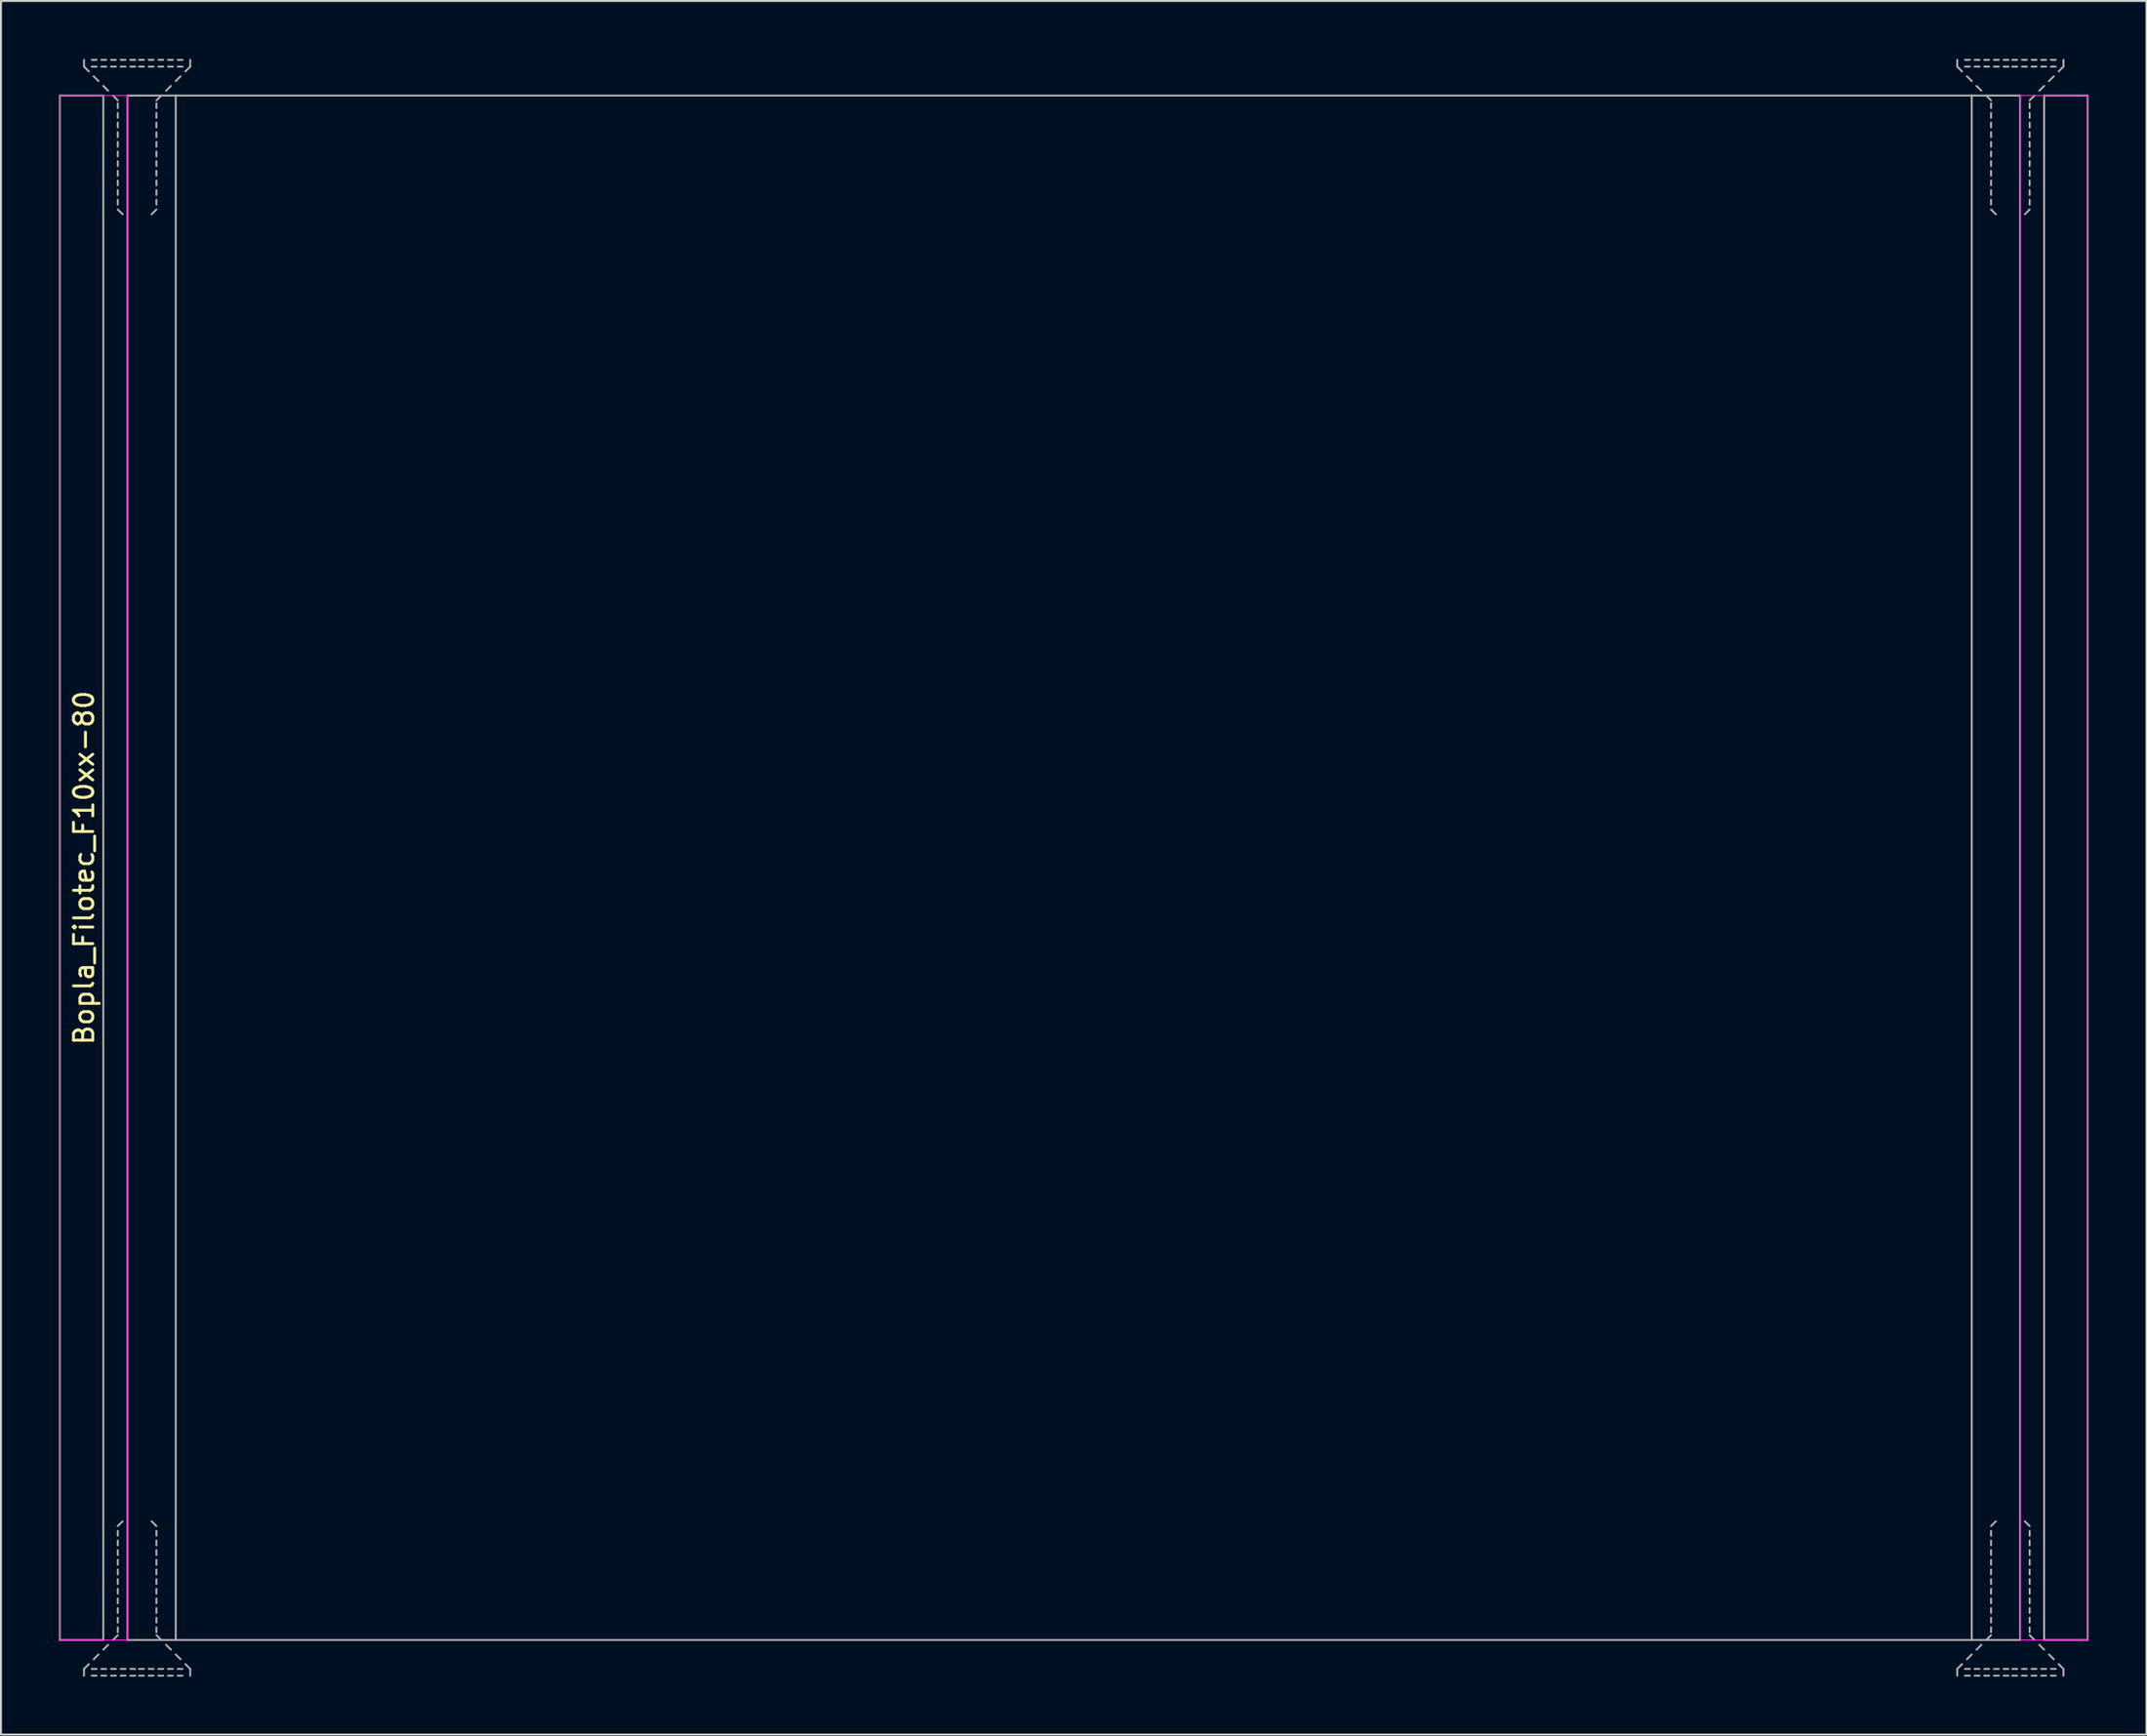
<source format=kicad_pcb>
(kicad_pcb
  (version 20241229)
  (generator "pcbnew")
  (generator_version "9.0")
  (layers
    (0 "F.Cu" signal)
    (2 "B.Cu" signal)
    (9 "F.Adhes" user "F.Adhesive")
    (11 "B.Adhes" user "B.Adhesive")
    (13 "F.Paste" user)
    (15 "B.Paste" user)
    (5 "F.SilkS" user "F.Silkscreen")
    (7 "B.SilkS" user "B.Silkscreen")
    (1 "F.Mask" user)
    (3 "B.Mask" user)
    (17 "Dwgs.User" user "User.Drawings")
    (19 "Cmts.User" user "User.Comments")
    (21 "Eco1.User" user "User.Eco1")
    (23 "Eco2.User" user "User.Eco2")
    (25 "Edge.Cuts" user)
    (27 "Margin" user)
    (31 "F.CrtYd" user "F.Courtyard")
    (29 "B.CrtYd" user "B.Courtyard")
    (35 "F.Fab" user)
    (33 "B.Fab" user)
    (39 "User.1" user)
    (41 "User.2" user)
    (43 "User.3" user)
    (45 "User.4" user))
  (footprint "Bopla_Filotec_F10xx-80"
    (layer "F.Cu")
    (at 52.55 41.9)
    (property "Reference" "Bopla_Filotec_F10xx-80" (at -51.25 0 90) (layer "F.SilkS") (effects (font (size 1 1) (thickness 0.15))))
    (attr exclude_from_pos_files exclude_from_bom)
    (fp_line (start -52.5 -40) (end -52.5 40) (stroke (width 0.05) (type solid)) (layer "F.CrtYd"))
    (fp_line (start -52.5 40) (end -49 40) (stroke (width 0.05) (type solid)) (layer "F.CrtYd"))
    (fp_line (start -49 -40) (end -52.5 -40) (stroke (width 0.05) (type solid)) (layer "F.CrtYd"))
    (fp_line (start -49 40) (end -49 -40) (stroke (width 0.05) (type solid)) (layer "F.CrtYd"))
    (fp_line (start 49 -40) (end 52.5 -40) (stroke (width 0.05) (type solid)) (layer "F.CrtYd"))
    (fp_line (start 49 40) (end 49 -40) (stroke (width 0.05) (type solid)) (layer "F.CrtYd"))
    (fp_line (start 52.5 -40) (end 52.5 40) (stroke (width 0.05) (type solid)) (layer "F.CrtYd"))
    (fp_line (start 52.5 40) (end 49 40) (stroke (width 0.05) (type solid)) (layer "F.CrtYd"))
    (fp_line (start -52.5 -40) (end -52.5 40) (stroke (width 0.1) (type solid)) (layer "F.Fab"))
    (fp_line (start -52.5 -40) (end -50.25 -40) (stroke (width 0.1) (type solid)) (layer "F.Fab"))
    (fp_line (start -52.5 40) (end -50.25 40) (stroke (width 0.1) (type solid)) (layer "F.Fab"))
    (fp_line (start -51.25 -41.5) (end -51.25 -41.85) (stroke (width 0.1) (type solid)) (layer "F.Fab"))
    (fp_line (start -51.25 -41.5) (end -51 -41.25) (stroke (width 0.1) (type solid)) (layer "F.Fab"))
    (fp_line (start -51.25 41.5) (end -51.25 41.85) (stroke (width 0.1) (type solid)) (layer "F.Fab"))
    (fp_line (start -51.25 41.5) (end -51 41.25) (stroke (width 0.1) (type solid)) (layer "F.Fab"))
    (fp_line (start -50.75 -41) (end -50.5 -40.75) (stroke (width 0.1) (type solid)) (layer "F.Fab"))
    (fp_line (start -50.75 41) (end -50.5 40.75) (stroke (width 0.1) (type solid)) (layer "F.Fab"))
    (fp_line (start -50.6 -41.85) (end -50.85 -41.85) (stroke (width 0.1) (type solid)) (layer "F.Fab"))
    (fp_line (start -50.6 -41.5) (end -50.85 -41.5) (stroke (width 0.1) (type solid)) (layer "F.Fab"))
    (fp_line (start -50.6 41.5) (end -50.85 41.5) (stroke (width 0.1) (type solid)) (layer "F.Fab"))
    (fp_line (start -50.6 41.85) (end -50.85 41.85) (stroke (width 0.1) (type solid)) (layer "F.Fab"))
    (fp_line (start -50.25 -40.5) (end -50 -40.25) (stroke (width 0.1) (type solid)) (layer "F.Fab"))
    (fp_line (start -50.25 -40) (end -50.25 40) (stroke (width 0.1) (type solid)) (layer "F.Fab"))
    (fp_line (start -50.25 40.5) (end -50 40.25) (stroke (width 0.1) (type solid)) (layer "F.Fab"))
    (fp_line (start -50.1 -41.85) (end -50.35 -41.85) (stroke (width 0.1) (type solid)) (layer "F.Fab"))
    (fp_line (start -50.1 -41.5) (end -50.35 -41.5) (stroke (width 0.1) (type solid)) (layer "F.Fab"))
    (fp_line (start -50.1 41.5) (end -50.35 41.5) (stroke (width 0.1) (type solid)) (layer "F.Fab"))
    (fp_line (start -50.1 41.85) (end -50.35 41.85) (stroke (width 0.1) (type solid)) (layer "F.Fab"))
    (fp_line (start -49.75 -40) (end -49.5 -39.75) (stroke (width 0.1) (type solid)) (layer "F.Fab"))
    (fp_line (start -49.75 40) (end -49.5 39.75) (stroke (width 0.1) (type solid)) (layer "F.Fab"))
    (fp_line (start -49.6 -41.85) (end -49.85 -41.85) (stroke (width 0.1) (type solid)) (layer "F.Fab"))
    (fp_line (start -49.6 -41.5) (end -49.85 -41.5) (stroke (width 0.1) (type solid)) (layer "F.Fab"))
    (fp_line (start -49.6 41.5) (end -49.85 41.5) (stroke (width 0.1) (type solid)) (layer "F.Fab"))
    (fp_line (start -49.6 41.85) (end -49.85 41.85) (stroke (width 0.1) (type solid)) (layer "F.Fab"))
    (fp_line (start -49.5 -39.6) (end -49.5 -39.35) (stroke (width 0.1) (type solid)) (layer "F.Fab"))
    (fp_line (start -49.5 -39.1) (end -49.5 -38.85) (stroke (width 0.1) (type solid)) (layer "F.Fab"))
    (fp_line (start -49.5 -38.6) (end -49.5 -38.35) (stroke (width 0.1) (type solid)) (layer "F.Fab"))
    (fp_line (start -49.5 -38.1) (end -49.5 -37.85) (stroke (width 0.1) (type solid)) (layer "F.Fab"))
    (fp_line (start -49.5 -37.6) (end -49.5 -37.35) (stroke (width 0.1) (type solid)) (layer "F.Fab"))
    (fp_line (start -49.5 -37.1) (end -49.5 -36.85) (stroke (width 0.1) (type solid)) (layer "F.Fab"))
    (fp_line (start -49.5 -36.6) (end -49.5 -36.35) (stroke (width 0.1) (type solid)) (layer "F.Fab"))
    (fp_line (start -49.5 -36.1) (end -49.5 -35.85) (stroke (width 0.1) (type solid)) (layer "F.Fab"))
    (fp_line (start -49.5 -35.6) (end -49.5 -35.35) (stroke (width 0.1) (type solid)) (layer "F.Fab"))
    (fp_line (start -49.5 -35.1) (end -49.5 -34.85) (stroke (width 0.1) (type solid)) (layer "F.Fab"))
    (fp_line (start -49.5 -34.6) (end -49.5 -34.35) (stroke (width 0.1) (type solid)) (layer "F.Fab"))
    (fp_line (start -49.5 -34.1) (end -49.25 -33.85) (stroke (width 0.1) (type solid)) (layer "F.Fab"))
    (fp_line (start -49.5 34.1) (end -49.25 33.85) (stroke (width 0.1) (type solid)) (layer "F.Fab"))
    (fp_line (start -49.5 34.6) (end -49.5 34.35) (stroke (width 0.1) (type solid)) (layer "F.Fab"))
    (fp_line (start -49.5 35.1) (end -49.5 34.85) (stroke (width 0.1) (type solid)) (layer "F.Fab"))
    (fp_line (start -49.5 35.6) (end -49.5 35.35) (stroke (width 0.1) (type solid)) (layer "F.Fab"))
    (fp_line (start -49.5 36.1) (end -49.5 35.85) (stroke (width 0.1) (type solid)) (layer "F.Fab"))
    (fp_line (start -49.5 36.6) (end -49.5 36.35) (stroke (width 0.1) (type solid)) (layer "F.Fab"))
    (fp_line (start -49.5 37.1) (end -49.5 36.85) (stroke (width 0.1) (type solid)) (layer "F.Fab"))
    (fp_line (start -49.5 37.6) (end -49.5 37.35) (stroke (width 0.1) (type solid)) (layer "F.Fab"))
    (fp_line (start -49.5 38.1) (end -49.5 37.85) (stroke (width 0.1) (type solid)) (layer "F.Fab"))
    (fp_line (start -49.5 38.6) (end -49.5 38.35) (stroke (width 0.1) (type solid)) (layer "F.Fab"))
    (fp_line (start -49.5 39.1) (end -49.5 38.85) (stroke (width 0.1) (type solid)) (layer "F.Fab"))
    (fp_line (start -49.5 39.6) (end -49.5 39.35) (stroke (width 0.1) (type solid)) (layer "F.Fab"))
    (fp_line (start -49.1 -41.85) (end -49.35 -41.85) (stroke (width 0.1) (type solid)) (layer "F.Fab"))
    (fp_line (start -49.1 -41.5) (end -49.35 -41.5) (stroke (width 0.1) (type solid)) (layer "F.Fab"))
    (fp_line (start -49.1 41.5) (end -49.35 41.5) (stroke (width 0.1) (type solid)) (layer "F.Fab"))
    (fp_line (start -49.1 41.85) (end -49.35 41.85) (stroke (width 0.1) (type solid)) (layer "F.Fab"))
    (fp_line (start -49 -40) (end -46.5 -40) (stroke (width 0.1) (type solid)) (layer "F.Fab"))
    (fp_line (start -49 40) (end -49 -40) (stroke (width 0.1) (type solid)) (layer "F.Fab"))
    (fp_line (start -49 40) (end -46.5 40) (stroke (width 0.1) (type solid)) (layer "F.Fab"))
    (fp_line (start -48.6 -41.85) (end -48.85 -41.85) (stroke (width 0.1) (type solid)) (layer "F.Fab"))
    (fp_line (start -48.6 -41.5) (end -48.85 -41.5) (stroke (width 0.1) (type solid)) (layer "F.Fab"))
    (fp_line (start -48.6 41.5) (end -48.85 41.5) (stroke (width 0.1) (type solid)) (layer "F.Fab"))
    (fp_line (start -48.6 41.85) (end -48.85 41.85) (stroke (width 0.1) (type solid)) (layer "F.Fab"))
    (fp_line (start -48.15 -41.85) (end -48.4 -41.85) (stroke (width 0.1) (type solid)) (layer "F.Fab"))
    (fp_line (start -48.15 -41.5) (end -48.4 -41.5) (stroke (width 0.1) (type solid)) (layer "F.Fab"))
    (fp_line (start -48.15 41.5) (end -48.4 41.5) (stroke (width 0.1) (type solid)) (layer "F.Fab"))
    (fp_line (start -48.15 41.85) (end -48.4 41.85) (stroke (width 0.1) (type solid)) (layer "F.Fab"))
    (fp_line (start -47.65 -41.85) (end -47.9 -41.85) (stroke (width 0.1) (type solid)) (layer "F.Fab"))
    (fp_line (start -47.65 -41.5) (end -47.9 -41.5) (stroke (width 0.1) (type solid)) (layer "F.Fab"))
    (fp_line (start -47.65 41.5) (end -47.9 41.5) (stroke (width 0.1) (type solid)) (layer "F.Fab"))
    (fp_line (start -47.65 41.85) (end -47.9 41.85) (stroke (width 0.1) (type solid)) (layer "F.Fab"))
    (fp_line (start -47.5 -39.6) (end -47.5 -39.35) (stroke (width 0.1) (type solid)) (layer "F.Fab"))
    (fp_line (start -47.5 -39.1) (end -47.5 -38.85) (stroke (width 0.1) (type solid)) (layer "F.Fab"))
    (fp_line (start -47.5 -38.6) (end -47.5 -38.35) (stroke (width 0.1) (type solid)) (layer "F.Fab"))
    (fp_line (start -47.5 -38.1) (end -47.5 -37.85) (stroke (width 0.1) (type solid)) (layer "F.Fab"))
    (fp_line (start -47.5 -37.6) (end -47.5 -37.35) (stroke (width 0.1) (type solid)) (layer "F.Fab"))
    (fp_line (start -47.5 -37.1) (end -47.5 -36.85) (stroke (width 0.1) (type solid)) (layer "F.Fab"))
    (fp_line (start -47.5 -36.6) (end -47.5 -36.35) (stroke (width 0.1) (type solid)) (layer "F.Fab"))
    (fp_line (start -47.5 -36.1) (end -47.5 -35.85) (stroke (width 0.1) (type solid)) (layer "F.Fab"))
    (fp_line (start -47.5 -35.6) (end -47.5 -35.35) (stroke (width 0.1) (type solid)) (layer "F.Fab"))
    (fp_line (start -47.5 -35.1) (end -47.5 -34.85) (stroke (width 0.1) (type solid)) (layer "F.Fab"))
    (fp_line (start -47.5 -34.6) (end -47.5 -34.35) (stroke (width 0.1) (type solid)) (layer "F.Fab"))
    (fp_line (start -47.5 -34.1) (end -47.75 -33.85) (stroke (width 0.1) (type solid)) (layer "F.Fab"))
    (fp_line (start -47.5 34.1) (end -47.75 33.85) (stroke (width 0.1) (type solid)) (layer "F.Fab"))
    (fp_line (start -47.5 34.6) (end -47.5 34.35) (stroke (width 0.1) (type solid)) (layer "F.Fab"))
    (fp_line (start -47.5 35.1) (end -47.5 34.85) (stroke (width 0.1) (type solid)) (layer "F.Fab"))
    (fp_line (start -47.5 35.6) (end -47.5 35.35) (stroke (width 0.1) (type solid)) (layer "F.Fab"))
    (fp_line (start -47.5 36.1) (end -47.5 35.85) (stroke (width 0.1) (type solid)) (layer "F.Fab"))
    (fp_line (start -47.5 36.6) (end -47.5 36.35) (stroke (width 0.1) (type solid)) (layer "F.Fab"))
    (fp_line (start -47.5 37.1) (end -47.5 36.85) (stroke (width 0.1) (type solid)) (layer "F.Fab"))
    (fp_line (start -47.5 37.6) (end -47.5 37.35) (stroke (width 0.1) (type solid)) (layer "F.Fab"))
    (fp_line (start -47.5 38.1) (end -47.5 37.85) (stroke (width 0.1) (type solid)) (layer "F.Fab"))
    (fp_line (start -47.5 38.6) (end -47.5 38.35) (stroke (width 0.1) (type solid)) (layer "F.Fab"))
    (fp_line (start -47.5 39.1) (end -47.5 38.85) (stroke (width 0.1) (type solid)) (layer "F.Fab"))
    (fp_line (start -47.5 39.6) (end -47.5 39.35) (stroke (width 0.1) (type solid)) (layer "F.Fab"))
    (fp_line (start -47.25 -40) (end -47.5 -39.75) (stroke (width 0.1) (type solid)) (layer "F.Fab"))
    (fp_line (start -47.25 40) (end -47.5 39.75) (stroke (width 0.1) (type solid)) (layer "F.Fab"))
    (fp_line (start -47.15 -41.85) (end -47.4 -41.85) (stroke (width 0.1) (type solid)) (layer "F.Fab"))
    (fp_line (start -47.15 -41.5) (end -47.4 -41.5) (stroke (width 0.1) (type solid)) (layer "F.Fab"))
    (fp_line (start -47.15 41.5) (end -47.4 41.5) (stroke (width 0.1) (type solid)) (layer "F.Fab"))
    (fp_line (start -47.15 41.85) (end -47.4 41.85) (stroke (width 0.1) (type solid)) (layer "F.Fab"))
    (fp_line (start -46.75 -40.5) (end -47 -40.25) (stroke (width 0.1) (type solid)) (layer "F.Fab"))
    (fp_line (start -46.75 40.5) (end -47 40.25) (stroke (width 0.1) (type solid)) (layer "F.Fab"))
    (fp_line (start -46.65 -41.85) (end -46.9 -41.85) (stroke (width 0.1) (type solid)) (layer "F.Fab"))
    (fp_line (start -46.65 -41.5) (end -46.9 -41.5) (stroke (width 0.1) (type solid)) (layer "F.Fab"))
    (fp_line (start -46.65 41.5) (end -46.9 41.5) (stroke (width 0.1) (type solid)) (layer "F.Fab"))
    (fp_line (start -46.65 41.85) (end -46.9 41.85) (stroke (width 0.1) (type solid)) (layer "F.Fab"))
    (fp_line (start -46.5 40) (end -46.5 -40) (stroke (width 0.1) (type solid)) (layer "F.Fab"))
    (fp_line (start -46.5 40) (end 46.5 40) (stroke (width 0.1) (type solid)) (layer "F.Fab"))
    (fp_line (start -46.25 -41) (end -46.5 -40.75) (stroke (width 0.1) (type solid)) (layer "F.Fab"))
    (fp_line (start -46.25 41) (end -46.5 40.75) (stroke (width 0.1) (type solid)) (layer "F.Fab"))
    (fp_line (start -46.15 -41.85) (end -46.4 -41.85) (stroke (width 0.1) (type solid)) (layer "F.Fab"))
    (fp_line (start -46.15 -41.5) (end -46.4 -41.5) (stroke (width 0.1) (type solid)) (layer "F.Fab"))
    (fp_line (start -46.15 41.5) (end -46.4 41.5) (stroke (width 0.1) (type solid)) (layer "F.Fab"))
    (fp_line (start -46.15 41.85) (end -46.4 41.85) (stroke (width 0.1) (type solid)) (layer "F.Fab"))
    (fp_line (start -45.75 -41.5) (end -46 -41.25) (stroke (width 0.1) (type solid)) (layer "F.Fab"))
    (fp_line (start -45.75 -41.5) (end -45.75 -41.85) (stroke (width 0.1) (type solid)) (layer "F.Fab"))
    (fp_line (start -45.75 41.5) (end -46 41.25) (stroke (width 0.1) (type solid)) (layer "F.Fab"))
    (fp_line (start -45.75 41.5) (end -45.75 41.85) (stroke (width 0.1) (type solid)) (layer "F.Fab"))
    (fp_line (start 45.75 -41.5) (end 45.75 -41.85) (stroke (width 0.1) (type solid)) (layer "F.Fab"))
    (fp_line (start 45.75 -41.5) (end 46 -41.25) (stroke (width 0.1) (type solid)) (layer "F.Fab"))
    (fp_line (start 45.75 41.5) (end 45.75 41.85) (stroke (width 0.1) (type solid)) (layer "F.Fab"))
    (fp_line (start 45.75 41.5) (end 46 41.25) (stroke (width 0.1) (type solid)) (layer "F.Fab"))
    (fp_line (start 46.25 -41) (end 46.5 -40.75) (stroke (width 0.1) (type solid)) (layer "F.Fab"))
    (fp_line (start 46.25 41) (end 46.5 40.75) (stroke (width 0.1) (type solid)) (layer "F.Fab"))
    (fp_line (start 46.4 -41.85) (end 46.15 -41.85) (stroke (width 0.1) (type solid)) (layer "F.Fab"))
    (fp_line (start 46.4 -41.5) (end 46.15 -41.5) (stroke (width 0.1) (type solid)) (layer "F.Fab"))
    (fp_line (start 46.4 41.5) (end 46.15 41.5) (stroke (width 0.1) (type solid)) (layer "F.Fab"))
    (fp_line (start 46.4 41.85) (end 46.15 41.85) (stroke (width 0.1) (type solid)) (layer "F.Fab"))
    (fp_line (start 46.5 -40) (end -46.5 -40) (stroke (width 0.1) (type solid)) (layer "F.Fab"))
    (fp_line (start 46.5 -40) (end 46.5 40) (stroke (width 0.1) (type solid)) (layer "F.Fab"))
    (fp_line (start 46.75 -40.5) (end 47 -40.25) (stroke (width 0.1) (type solid)) (layer "F.Fab"))
    (fp_line (start 46.75 40.5) (end 47 40.25) (stroke (width 0.1) (type solid)) (layer "F.Fab"))
    (fp_line (start 46.9 -41.85) (end 46.65 -41.85) (stroke (width 0.1) (type solid)) (layer "F.Fab"))
    (fp_line (start 46.9 -41.5) (end 46.65 -41.5) (stroke (width 0.1) (type solid)) (layer "F.Fab"))
    (fp_line (start 46.9 41.5) (end 46.65 41.5) (stroke (width 0.1) (type solid)) (layer "F.Fab"))
    (fp_line (start 46.9 41.85) (end 46.65 41.85) (stroke (width 0.1) (type solid)) (layer "F.Fab"))
    (fp_line (start 47.25 -40) (end 47.5 -39.75) (stroke (width 0.1) (type solid)) (layer "F.Fab"))
    (fp_line (start 47.25 40) (end 47.5 39.75) (stroke (width 0.1) (type solid)) (layer "F.Fab"))
    (fp_line (start 47.4 -41.85) (end 47.15 -41.85) (stroke (width 0.1) (type solid)) (layer "F.Fab"))
    (fp_line (start 47.4 -41.5) (end 47.15 -41.5) (stroke (width 0.1) (type solid)) (layer "F.Fab"))
    (fp_line (start 47.4 41.5) (end 47.15 41.5) (stroke (width 0.1) (type solid)) (layer "F.Fab"))
    (fp_line (start 47.4 41.85) (end 47.15 41.85) (stroke (width 0.1) (type solid)) (layer "F.Fab"))
    (fp_line (start 47.5 -39.6) (end 47.5 -39.35) (stroke (width 0.1) (type solid)) (layer "F.Fab"))
    (fp_line (start 47.5 -39.1) (end 47.5 -38.85) (stroke (width 0.1) (type solid)) (layer "F.Fab"))
    (fp_line (start 47.5 -38.6) (end 47.5 -38.35) (stroke (width 0.1) (type solid)) (layer "F.Fab"))
    (fp_line (start 47.5 -38.1) (end 47.5 -37.85) (stroke (width 0.1) (type solid)) (layer "F.Fab"))
    (fp_line (start 47.5 -37.6) (end 47.5 -37.35) (stroke (width 0.1) (type solid)) (layer "F.Fab"))
    (fp_line (start 47.5 -37.1) (end 47.5 -36.85) (stroke (width 0.1) (type solid)) (layer "F.Fab"))
    (fp_line (start 47.5 -36.6) (end 47.5 -36.35) (stroke (width 0.1) (type solid)) (layer "F.Fab"))
    (fp_line (start 47.5 -36.1) (end 47.5 -35.85) (stroke (width 0.1) (type solid)) (layer "F.Fab"))
    (fp_line (start 47.5 -35.6) (end 47.5 -35.35) (stroke (width 0.1) (type solid)) (layer "F.Fab"))
    (fp_line (start 47.5 -35.1) (end 47.5 -34.85) (stroke (width 0.1) (type solid)) (layer "F.Fab"))
    (fp_line (start 47.5 -34.6) (end 47.5 -34.35) (stroke (width 0.1) (type solid)) (layer "F.Fab"))
    (fp_line (start 47.5 -34.1) (end 47.75 -33.85) (stroke (width 0.1) (type solid)) (layer "F.Fab"))
    (fp_line (start 47.5 34.1) (end 47.75 33.85) (stroke (width 0.1) (type solid)) (layer "F.Fab"))
    (fp_line (start 47.5 34.6) (end 47.5 34.35) (stroke (width 0.1) (type solid)) (layer "F.Fab"))
    (fp_line (start 47.5 35.1) (end 47.5 34.85) (stroke (width 0.1) (type solid)) (layer "F.Fab"))
    (fp_line (start 47.5 35.6) (end 47.5 35.35) (stroke (width 0.1) (type solid)) (layer "F.Fab"))
    (fp_line (start 47.5 36.1) (end 47.5 35.85) (stroke (width 0.1) (type solid)) (layer "F.Fab"))
    (fp_line (start 47.5 36.6) (end 47.5 36.35) (stroke (width 0.1) (type solid)) (layer "F.Fab"))
    (fp_line (start 47.5 37.1) (end 47.5 36.85) (stroke (width 0.1) (type solid)) (layer "F.Fab"))
    (fp_line (start 47.5 37.6) (end 47.5 37.35) (stroke (width 0.1) (type solid)) (layer "F.Fab"))
    (fp_line (start 47.5 38.1) (end 47.5 37.85) (stroke (width 0.1) (type solid)) (layer "F.Fab"))
    (fp_line (start 47.5 38.6) (end 47.5 38.35) (stroke (width 0.1) (type solid)) (layer "F.Fab"))
    (fp_line (start 47.5 39.1) (end 47.5 38.85) (stroke (width 0.1) (type solid)) (layer "F.Fab"))
    (fp_line (start 47.5 39.6) (end 47.5 39.35) (stroke (width 0.1) (type solid)) (layer "F.Fab"))
    (fp_line (start 47.9 -41.85) (end 47.65 -41.85) (stroke (width 0.1) (type solid)) (layer "F.Fab"))
    (fp_line (start 47.9 -41.5) (end 47.65 -41.5) (stroke (width 0.1) (type solid)) (layer "F.Fab"))
    (fp_line (start 47.9 41.5) (end 47.65 41.5) (stroke (width 0.1) (type solid)) (layer "F.Fab"))
    (fp_line (start 47.9 41.85) (end 47.65 41.85) (stroke (width 0.1) (type solid)) (layer "F.Fab"))
    (fp_line (start 48.4 -41.85) (end 48.15 -41.85) (stroke (width 0.1) (type solid)) (layer "F.Fab"))
    (fp_line (start 48.4 -41.5) (end 48.15 -41.5) (stroke (width 0.1) (type solid)) (layer "F.Fab"))
    (fp_line (start 48.4 41.5) (end 48.15 41.5) (stroke (width 0.1) (type solid)) (layer "F.Fab"))
    (fp_line (start 48.4 41.85) (end 48.15 41.85) (stroke (width 0.1) (type solid)) (layer "F.Fab"))
    (fp_line (start 48.85 -41.85) (end 48.6 -41.85) (stroke (width 0.1) (type solid)) (layer "F.Fab"))
    (fp_line (start 48.85 -41.5) (end 48.6 -41.5) (stroke (width 0.1) (type solid)) (layer "F.Fab"))
    (fp_line (start 48.85 41.5) (end 48.6 41.5) (stroke (width 0.1) (type solid)) (layer "F.Fab"))
    (fp_line (start 48.85 41.85) (end 48.6 41.85) (stroke (width 0.1) (type solid)) (layer "F.Fab"))
    (fp_line (start 49 -40) (end 46.5 -40) (stroke (width 0.1) (type solid)) (layer "F.Fab"))
    (fp_line (start 49 -40) (end 49 40) (stroke (width 0.1) (type solid)) (layer "F.Fab"))
    (fp_line (start 49 40) (end 46.5 40) (stroke (width 0.1) (type solid)) (layer "F.Fab"))
    (fp_line (start 49.35 -41.85) (end 49.1 -41.85) (stroke (width 0.1) (type solid)) (layer "F.Fab"))
    (fp_line (start 49.35 -41.5) (end 49.1 -41.5) (stroke (width 0.1) (type solid)) (layer "F.Fab"))
    (fp_line (start 49.35 41.5) (end 49.1 41.5) (stroke (width 0.1) (type solid)) (layer "F.Fab"))
    (fp_line (start 49.35 41.85) (end 49.1 41.85) (stroke (width 0.1) (type solid)) (layer "F.Fab"))
    (fp_line (start 49.5 -39.6) (end 49.5 -39.35) (stroke (width 0.1) (type solid)) (layer "F.Fab"))
    (fp_line (start 49.5 -39.1) (end 49.5 -38.85) (stroke (width 0.1) (type solid)) (layer "F.Fab"))
    (fp_line (start 49.5 -38.6) (end 49.5 -38.35) (stroke (width 0.1) (type solid)) (layer "F.Fab"))
    (fp_line (start 49.5 -38.1) (end 49.5 -37.85) (stroke (width 0.1) (type solid)) (layer "F.Fab"))
    (fp_line (start 49.5 -37.6) (end 49.5 -37.35) (stroke (width 0.1) (type solid)) (layer "F.Fab"))
    (fp_line (start 49.5 -37.1) (end 49.5 -36.85) (stroke (width 0.1) (type solid)) (layer "F.Fab"))
    (fp_line (start 49.5 -36.6) (end 49.5 -36.35) (stroke (width 0.1) (type solid)) (layer "F.Fab"))
    (fp_line (start 49.5 -36.1) (end 49.5 -35.85) (stroke (width 0.1) (type solid)) (layer "F.Fab"))
    (fp_line (start 49.5 -35.6) (end 49.5 -35.35) (stroke (width 0.1) (type solid)) (layer "F.Fab"))
    (fp_line (start 49.5 -35.1) (end 49.5 -34.85) (stroke (width 0.1) (type solid)) (layer "F.Fab"))
    (fp_line (start 49.5 -34.6) (end 49.5 -34.35) (stroke (width 0.1) (type solid)) (layer "F.Fab"))
    (fp_line (start 49.5 -34.1) (end 49.25 -33.85) (stroke (width 0.1) (type solid)) (layer "F.Fab"))
    (fp_line (start 49.5 34.1) (end 49.25 33.85) (stroke (width 0.1) (type solid)) (layer "F.Fab"))
    (fp_line (start 49.5 34.6) (end 49.5 34.35) (stroke (width 0.1) (type solid)) (layer "F.Fab"))
    (fp_line (start 49.5 35.1) (end 49.5 34.85) (stroke (width 0.1) (type solid)) (layer "F.Fab"))
    (fp_line (start 49.5 35.6) (end 49.5 35.35) (stroke (width 0.1) (type solid)) (layer "F.Fab"))
    (fp_line (start 49.5 36.1) (end 49.5 35.85) (stroke (width 0.1) (type solid)) (layer "F.Fab"))
    (fp_line (start 49.5 36.6) (end 49.5 36.35) (stroke (width 0.1) (type solid)) (layer "F.Fab"))
    (fp_line (start 49.5 37.1) (end 49.5 36.85) (stroke (width 0.1) (type solid)) (layer "F.Fab"))
    (fp_line (start 49.5 37.6) (end 49.5 37.35) (stroke (width 0.1) (type solid)) (layer "F.Fab"))
    (fp_line (start 49.5 38.1) (end 49.5 37.85) (stroke (width 0.1) (type solid)) (layer "F.Fab"))
    (fp_line (start 49.5 38.6) (end 49.5 38.35) (stroke (width 0.1) (type solid)) (layer "F.Fab"))
    (fp_line (start 49.5 39.1) (end 49.5 38.85) (stroke (width 0.1) (type solid)) (layer "F.Fab"))
    (fp_line (start 49.5 39.6) (end 49.5 39.35) (stroke (width 0.1) (type solid)) (layer "F.Fab"))
    (fp_line (start 49.75 -40) (end 49.5 -39.75) (stroke (width 0.1) (type solid)) (layer "F.Fab"))
    (fp_line (start 49.75 40) (end 49.5 39.75) (stroke (width 0.1) (type solid)) (layer "F.Fab"))
    (fp_line (start 49.85 -41.85) (end 49.6 -41.85) (stroke (width 0.1) (type solid)) (layer "F.Fab"))
    (fp_line (start 49.85 -41.5) (end 49.6 -41.5) (stroke (width 0.1) (type solid)) (layer "F.Fab"))
    (fp_line (start 49.85 41.5) (end 49.6 41.5) (stroke (width 0.1) (type solid)) (layer "F.Fab"))
    (fp_line (start 49.85 41.85) (end 49.6 41.85) (stroke (width 0.1) (type solid)) (layer "F.Fab"))
    (fp_line (start 50.25 -40.5) (end 50 -40.25) (stroke (width 0.1) (type solid)) (layer "F.Fab"))
    (fp_line (start 50.25 -40) (end 52.5 -40) (stroke (width 0.1) (type solid)) (layer "F.Fab"))
    (fp_line (start 50.25 40) (end 50.25 -40) (stroke (width 0.1) (type solid)) (layer "F.Fab"))
    (fp_line (start 50.25 40) (end 52.5 40) (stroke (width 0.1) (type solid)) (layer "F.Fab"))
    (fp_line (start 50.25 40.5) (end 50 40.25) (stroke (width 0.1) (type solid)) (layer "F.Fab"))
    (fp_line (start 50.35 -41.85) (end 50.1 -41.85) (stroke (width 0.1) (type solid)) (layer "F.Fab"))
    (fp_line (start 50.35 -41.5) (end 50.1 -41.5) (stroke (width 0.1) (type solid)) (layer "F.Fab"))
    (fp_line (start 50.35 41.5) (end 50.1 41.5) (stroke (width 0.1) (type solid)) (layer "F.Fab"))
    (fp_line (start 50.35 41.85) (end 50.1 41.85) (stroke (width 0.1) (type solid)) (layer "F.Fab"))
    (fp_line (start 50.75 -41) (end 50.5 -40.75) (stroke (width 0.1) (type solid)) (layer "F.Fab"))
    (fp_line (start 50.75 41) (end 50.5 40.75) (stroke (width 0.1) (type solid)) (layer "F.Fab"))
    (fp_line (start 50.85 -41.85) (end 50.6 -41.85) (stroke (width 0.1) (type solid)) (layer "F.Fab"))
    (fp_line (start 50.85 -41.5) (end 50.6 -41.5) (stroke (width 0.1) (type solid)) (layer "F.Fab"))
    (fp_line (start 50.85 41.5) (end 50.6 41.5) (stroke (width 0.1) (type solid)) (layer "F.Fab"))
    (fp_line (start 50.85 41.85) (end 50.6 41.85) (stroke (width 0.1) (type solid)) (layer "F.Fab"))
    (fp_line (start 51.25 -41.5) (end 51 -41.25) (stroke (width 0.1) (type solid)) (layer "F.Fab"))
    (fp_line (start 51.25 -41.5) (end 51.25 -41.85) (stroke (width 0.1) (type solid)) (layer "F.Fab"))
    (fp_line (start 51.25 41.5) (end 51 41.25) (stroke (width 0.1) (type solid)) (layer "F.Fab"))
    (fp_line (start 51.25 41.5) (end 51.25 41.85) (stroke (width 0.1) (type solid)) (layer "F.Fab"))
    (fp_line (start 52.5 -40) (end 52.5 40) (stroke (width 0.1) (type solid)) (layer "F.Fab")))
  (gr_rect
    (start -3 -3)
    (end 108.1 86.8)
    (stroke (width 0.1) (type default))
    (fill no)
    (layer "Edge.Cuts")))
</source>
